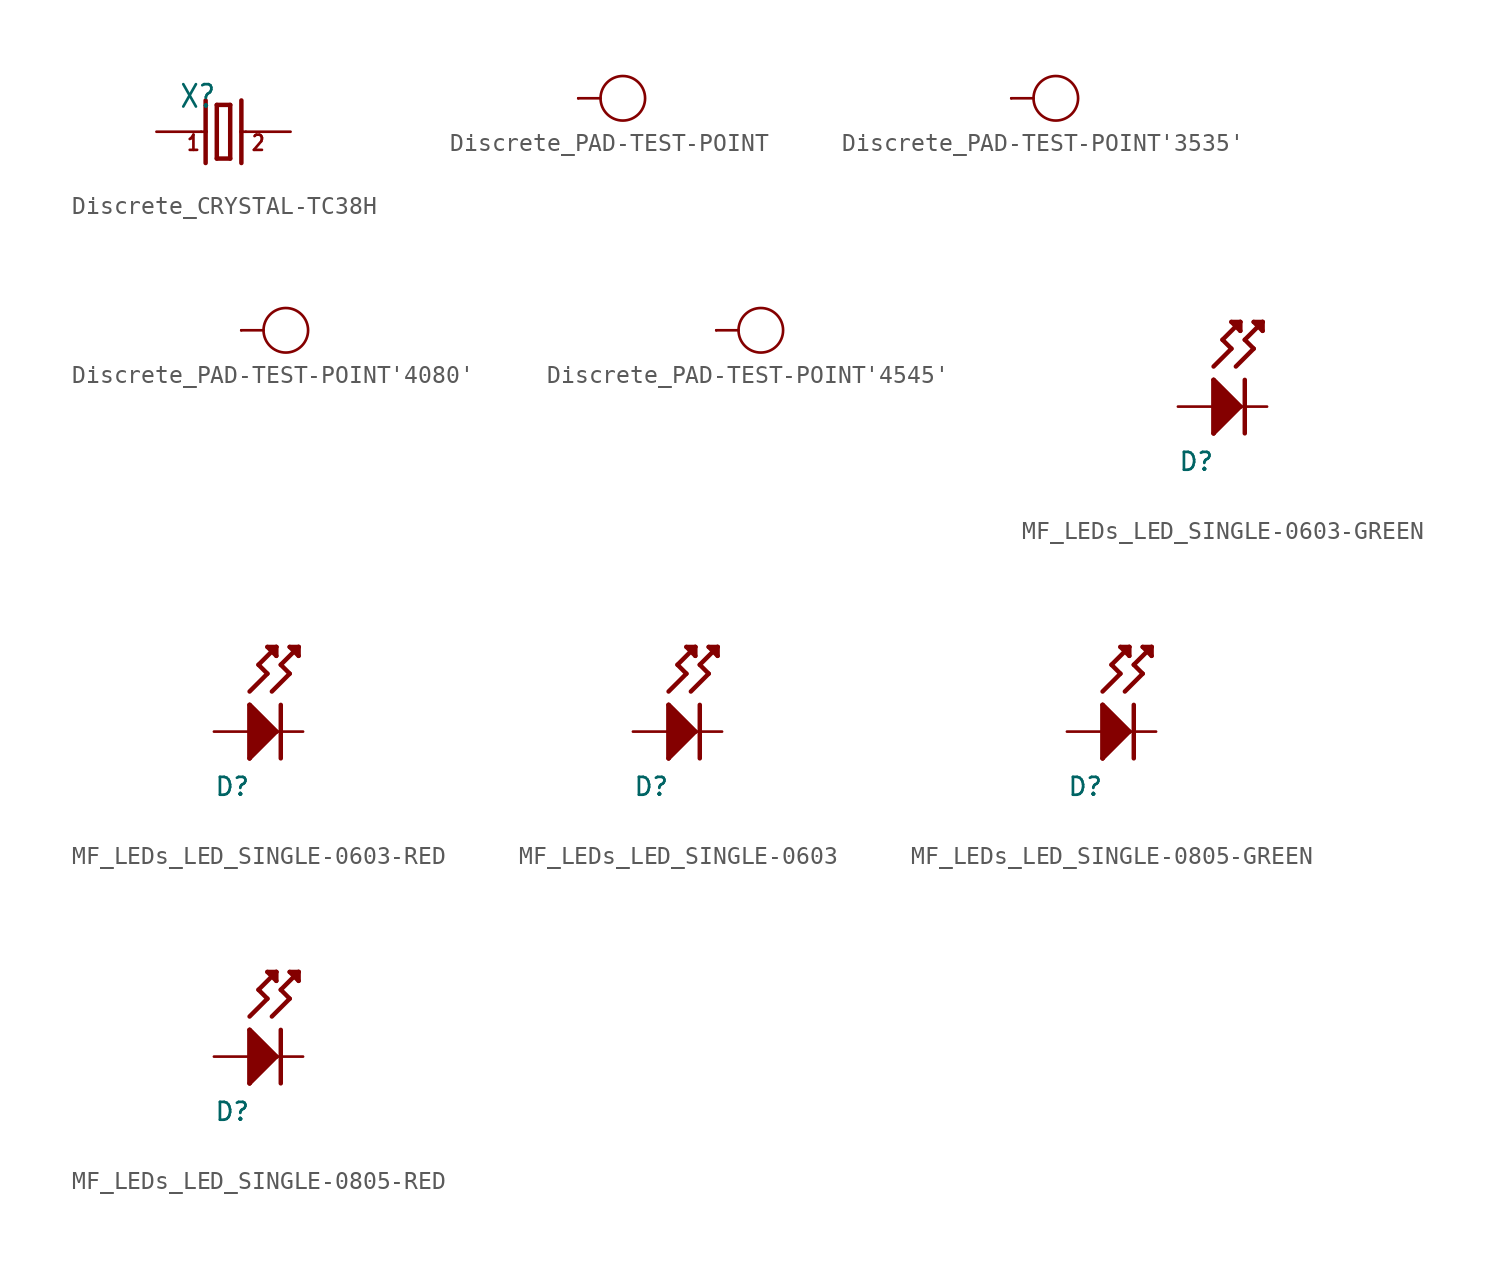
<source format=kicad_sym>
(kicad_symbol_lib
  (version 20220914)
  (generator kicad_symbol_editor)
  (symbol "Discrete_CRYSTAL-TC38H"
    (property "Reference" "X"
      (at -2.54 1.27 0)
      (effects (font (size 1.27 1.079)) (justify left bottom)))
    (property "Value" ""
      (at -2.54 -2.667 0)
      (effects (font (size 1.27 1.079)) (justify left bottom)))
    (property "ki_locked" ""
      (at 0 0 0)
      (effects (font (size 1.27 1.27))))
    (symbol "Discrete_CRYSTAL-TC38H_1_0"
      (polyline (pts (xy -1.27 0) (xy -1.016 0)) (stroke (width 0.152) (type solid)) (fill (type none)))
      (polyline (pts (xy -1.016 0) (xy -1.016 -1.778)) (stroke (width 0.254) (type solid)) (fill (type none)))
      (polyline (pts (xy -1.016 1.778) (xy -1.016 0)) (stroke (width 0.254) (type solid)) (fill (type none)))
      (polyline (pts (xy -0.381 -1.524) (xy 0.381 -1.524)) (stroke (width 0.254) (type solid)) (fill (type none)))
      (polyline (pts (xy -0.381 1.524) (xy -0.381 -1.524)) (stroke (width 0.254) (type solid)) (fill (type none)))
      (polyline (pts (xy 0.381 -1.524) (xy 0.381 1.524)) (stroke (width 0.254) (type solid)) (fill (type none)))
      (polyline (pts (xy 0.381 1.524) (xy -0.381 1.524)) (stroke (width 0.254) (type solid)) (fill (type none)))
      (polyline (pts (xy 1.016 0) (xy 1.016 -1.778)) (stroke (width 0.254) (type solid)) (fill (type none)))
      (polyline (pts (xy 1.016 0) (xy 1.27 0)) (stroke (width 0.152) (type solid)) (fill (type none)))
      (polyline (pts (xy 1.016 1.778) (xy 1.016 0)) (stroke (width 0.254) (type solid)) (fill (type none)))
      (text "1" (at -2.159 -1.143 0) (effects (font (size 0.864 0.734)) (justify left bottom)))
      (text "2" (at 1.524 -1.143 0) (effects (font (size 0.864 0.734)) (justify left bottom)))
      (pin passive line (at -3.81 0 0) (length 2.54) (name "1" (effects (font (size 0 0)))) (number "1" (effects (font (size 0 0)))))
      (pin passive line (at 3.81 0 180) (length 2.54) (name "2" (effects (font (size 0 0)))) (number "2" (effects (font (size 0 0)))))))
  (symbol "Discrete_PAD-TEST-POINT"
    (property "Reference" "TP"
      (at -5.08 0 0)
      (effects (font (size 0.813 0.691)) (justify left bottom) hide))
    (property "ki_locked" ""
      (at 0 0 0)
      (effects (font (size 1.27 1.27))))
    (symbol "Discrete_PAD-TEST-POINT_1_0"
      (polyline (pts (xy -2.54 0) (xy -1.27 0)) (stroke (width 0.152) (type solid)) (fill (type none)))
      (circle (center 0 0) (radius 1.27) (stroke (width 0.152) (type solid)) (fill (type none)))
      (pin bidirectional line (at -2.54 0 0) (length 0) (name "T" (effects (font (size 0 0)))) (number "1" (effects (font (size 0 0)))))))
  (symbol "Discrete_PAD-TEST-POINT'3535'"
    (property "Reference" "TP"
      (at -5.08 0 0)
      (effects (font (size 0.813 0.691)) (justify left bottom) hide))
    (property "ki_locked" ""
      (at 0 0 0)
      (effects (font (size 1.27 1.27))))
    (symbol "Discrete_PAD-TEST-POINT'3535'_1_0"
      (polyline (pts (xy -2.54 0) (xy -1.27 0)) (stroke (width 0.152) (type solid)) (fill (type none)))
      (circle (center 0 0) (radius 1.27) (stroke (width 0.152) (type solid)) (fill (type none)))
      (pin bidirectional line (at -2.54 0 0) (length 0) (name "T" (effects (font (size 0 0)))) (number "T" (effects (font (size 0 0)))))))
  (symbol "Discrete_PAD-TEST-POINT'4080'"
    (property "Reference" "TP"
      (at -5.08 0 0)
      (effects (font (size 0.813 0.691)) (justify left bottom) hide))
    (property "ki_locked" ""
      (at 0 0 0)
      (effects (font (size 1.27 1.27))))
    (symbol "Discrete_PAD-TEST-POINT'4080'_1_0"
      (polyline (pts (xy -2.54 0) (xy -1.27 0)) (stroke (width 0.152) (type solid)) (fill (type none)))
      (circle (center 0 0) (radius 1.27) (stroke (width 0.152) (type solid)) (fill (type none)))
      (pin bidirectional line (at -2.54 0 0) (length 0) (name "T" (effects (font (size 0 0)))) (number "1" (effects (font (size 0 0)))))))
  (symbol "Discrete_PAD-TEST-POINT'4545'"
    (property "Reference" "TP"
      (at -5.08 0 0)
      (effects (font (size 0.813 0.691)) (justify left bottom) hide))
    (property "ki_locked" ""
      (at 0 0 0)
      (effects (font (size 1.27 1.27))))
    (symbol "Discrete_PAD-TEST-POINT'4545'_1_0"
      (polyline (pts (xy -2.54 0) (xy -1.27 0)) (stroke (width 0.152) (type solid)) (fill (type none)))
      (circle (center 0 0) (radius 1.27) (stroke (width 0.152) (type solid)) (fill (type none)))
      (pin bidirectional line (at -2.54 0 0) (length 0) (name "T" (effects (font (size 0 0)))) (number "T" (effects (font (size 0 0)))))))
  (symbol "MF_LEDs_LED_SINGLE-0603-GREEN"
    (property "Reference" "D"
      (at -2.54 -2.54 0)
      (effects (font (size 1.016 1.016)) (justify left top)))
    (property "Value" ""
      (at -2.54 -5.08 0)
      (effects (font (size 1.016 1.016)) (justify left bottom)))
    (property "ki_locked" ""
      (at 0 0 0)
      (effects (font (size 1.27 1.27))))
    (symbol "MF_LEDs_LED_SINGLE-0603-GREEN_1_0"
      (polyline (pts (xy -0.508 -1.524) (xy -0.508 1.524)) (stroke (width 0.254) (type solid)) (fill (type none)))
      (polyline (pts (xy -0.508 1.524) (xy 1.016 0)) (stroke (width 0.254) (type solid)) (fill (type none)))
      (polyline (pts (xy -0.508 2.286) (xy 0.508 3.302)) (stroke (width 0.254) (type solid)) (fill (type none)))
      (polyline (pts (xy 0 3.81) (xy 1.016 4.826)) (stroke (width 0.254) (type solid)) (fill (type none)))
      (polyline (pts (xy 0.508 3.302) (xy 0 3.81)) (stroke (width 0.254) (type solid)) (fill (type none)))
      (polyline (pts (xy 0.508 4.826) (xy 1.016 4.318)) (stroke (width 0.254) (type solid)) (fill (type none)))
      (polyline (pts (xy 0.762 2.286) (xy 1.778 3.302)) (stroke (width 0.254) (type solid)) (fill (type none)))
      (polyline (pts (xy 1.016 0) (xy -0.508 -1.524)) (stroke (width 0.254) (type solid)) (fill (type none)))
      (polyline (pts (xy 1.016 4.318) (xy 1.016 4.826)) (stroke (width 0.254) (type solid)) (fill (type none)))
      (polyline (pts (xy 1.016 4.826) (xy 0.508 4.826)) (stroke (width 0.254) (type solid)) (fill (type none)))
      (polyline (pts (xy 1.27 1.524) (xy 1.27 -1.524)) (stroke (width 0.254) (type solid)) (fill (type none)))
      (polyline (pts (xy 1.27 3.81) (xy 2.286 4.826)) (stroke (width 0.254) (type solid)) (fill (type none)))
      (polyline (pts (xy 1.778 3.302) (xy 1.27 3.81)) (stroke (width 0.254) (type solid)) (fill (type none)))
      (polyline (pts (xy 1.778 4.826) (xy 2.286 4.318)) (stroke (width 0.254) (type solid)) (fill (type none)))
      (polyline (pts (xy 2.286 4.318) (xy 2.286 4.826)) (stroke (width 0.254) (type solid)) (fill (type none)))
      (polyline (pts (xy 2.286 4.826) (xy 1.778 4.826)) (stroke (width 0.254) (type solid)) (fill (type none)))
      (polyline (pts (xy -0.508 -1.524) (xy -0.508 1.524) (xy 1.016 0)) (stroke (width 0.254) (type solid)) (fill (type outline)))
      (pin power_in line (at -2.54 0 0) (length 2.54) (name "ANODE" (effects (font (size 0 0)))) (number "ANODE" (effects (font (size 0 0)))))
      (pin power_in line (at 2.54 0 180) (length 2.54) (name "CATHODE" (effects (font (size 0 0)))) (number "CATHODE" (effects (font (size 0 0)))))))
  (symbol "MF_LEDs_LED_SINGLE-0603-RED"
    (property "Reference" "D"
      (at -2.54 -2.54 0)
      (effects (font (size 1.016 1.016)) (justify left top)))
    (property "Value" ""
      (at -2.54 -5.08 0)
      (effects (font (size 1.016 1.016)) (justify left bottom)))
    (property "ki_locked" ""
      (at 0 0 0)
      (effects (font (size 1.27 1.27))))
    (symbol "MF_LEDs_LED_SINGLE-0603-RED_1_0"
      (polyline (pts (xy -0.508 -1.524) (xy -0.508 1.524)) (stroke (width 0.254) (type solid)) (fill (type none)))
      (polyline (pts (xy -0.508 1.524) (xy 1.016 0)) (stroke (width 0.254) (type solid)) (fill (type none)))
      (polyline (pts (xy -0.508 2.286) (xy 0.508 3.302)) (stroke (width 0.254) (type solid)) (fill (type none)))
      (polyline (pts (xy 0 3.81) (xy 1.016 4.826)) (stroke (width 0.254) (type solid)) (fill (type none)))
      (polyline (pts (xy 0.508 3.302) (xy 0 3.81)) (stroke (width 0.254) (type solid)) (fill (type none)))
      (polyline (pts (xy 0.508 4.826) (xy 1.016 4.318)) (stroke (width 0.254) (type solid)) (fill (type none)))
      (polyline (pts (xy 0.762 2.286) (xy 1.778 3.302)) (stroke (width 0.254) (type solid)) (fill (type none)))
      (polyline (pts (xy 1.016 0) (xy -0.508 -1.524)) (stroke (width 0.254) (type solid)) (fill (type none)))
      (polyline (pts (xy 1.016 4.318) (xy 1.016 4.826)) (stroke (width 0.254) (type solid)) (fill (type none)))
      (polyline (pts (xy 1.016 4.826) (xy 0.508 4.826)) (stroke (width 0.254) (type solid)) (fill (type none)))
      (polyline (pts (xy 1.27 1.524) (xy 1.27 -1.524)) (stroke (width 0.254) (type solid)) (fill (type none)))
      (polyline (pts (xy 1.27 3.81) (xy 2.286 4.826)) (stroke (width 0.254) (type solid)) (fill (type none)))
      (polyline (pts (xy 1.778 3.302) (xy 1.27 3.81)) (stroke (width 0.254) (type solid)) (fill (type none)))
      (polyline (pts (xy 1.778 4.826) (xy 2.286 4.318)) (stroke (width 0.254) (type solid)) (fill (type none)))
      (polyline (pts (xy 2.286 4.318) (xy 2.286 4.826)) (stroke (width 0.254) (type solid)) (fill (type none)))
      (polyline (pts (xy 2.286 4.826) (xy 1.778 4.826)) (stroke (width 0.254) (type solid)) (fill (type none)))
      (polyline (pts (xy -0.508 -1.524) (xy -0.508 1.524) (xy 1.016 0)) (stroke (width 0.254) (type solid)) (fill (type outline)))
      (pin power_in line (at -2.54 0 0) (length 2.54) (name "ANODE" (effects (font (size 0 0)))) (number "ANODE" (effects (font (size 0 0)))))
      (pin power_in line (at 2.54 0 180) (length 2.54) (name "CATHODE" (effects (font (size 0 0)))) (number "CATHODE" (effects (font (size 0 0)))))))
  (symbol "MF_LEDs_LED_SINGLE-0603"
    (property "Reference" "D"
      (at -2.54 -2.54 0)
      (effects (font (size 1.016 1.016)) (justify left top)))
    (property "Value" ""
      (at -2.54 -5.08 0)
      (effects (font (size 1.016 1.016)) (justify left bottom)))
    (property "ki_locked" ""
      (at 0 0 0)
      (effects (font (size 1.27 1.27))))
    (symbol "MF_LEDs_LED_SINGLE-0603_1_0"
      (polyline (pts (xy -0.508 -1.524) (xy -0.508 1.524)) (stroke (width 0.254) (type solid)) (fill (type none)))
      (polyline (pts (xy -0.508 1.524) (xy 1.016 0)) (stroke (width 0.254) (type solid)) (fill (type none)))
      (polyline (pts (xy -0.508 2.286) (xy 0.508 3.302)) (stroke (width 0.254) (type solid)) (fill (type none)))
      (polyline (pts (xy 0 3.81) (xy 1.016 4.826)) (stroke (width 0.254) (type solid)) (fill (type none)))
      (polyline (pts (xy 0.508 3.302) (xy 0 3.81)) (stroke (width 0.254) (type solid)) (fill (type none)))
      (polyline (pts (xy 0.508 4.826) (xy 1.016 4.318)) (stroke (width 0.254) (type solid)) (fill (type none)))
      (polyline (pts (xy 0.762 2.286) (xy 1.778 3.302)) (stroke (width 0.254) (type solid)) (fill (type none)))
      (polyline (pts (xy 1.016 0) (xy -0.508 -1.524)) (stroke (width 0.254) (type solid)) (fill (type none)))
      (polyline (pts (xy 1.016 4.318) (xy 1.016 4.826)) (stroke (width 0.254) (type solid)) (fill (type none)))
      (polyline (pts (xy 1.016 4.826) (xy 0.508 4.826)) (stroke (width 0.254) (type solid)) (fill (type none)))
      (polyline (pts (xy 1.27 1.524) (xy 1.27 -1.524)) (stroke (width 0.254) (type solid)) (fill (type none)))
      (polyline (pts (xy 1.27 3.81) (xy 2.286 4.826)) (stroke (width 0.254) (type solid)) (fill (type none)))
      (polyline (pts (xy 1.778 3.302) (xy 1.27 3.81)) (stroke (width 0.254) (type solid)) (fill (type none)))
      (polyline (pts (xy 1.778 4.826) (xy 2.286 4.318)) (stroke (width 0.254) (type solid)) (fill (type none)))
      (polyline (pts (xy 2.286 4.318) (xy 2.286 4.826)) (stroke (width 0.254) (type solid)) (fill (type none)))
      (polyline (pts (xy 2.286 4.826) (xy 1.778 4.826)) (stroke (width 0.254) (type solid)) (fill (type none)))
      (polyline (pts (xy -0.508 -1.524) (xy -0.508 1.524) (xy 1.016 0)) (stroke (width 0.254) (type solid)) (fill (type outline)))
      (pin power_in line (at -2.54 0 0) (length 2.54) (name "ANODE" (effects (font (size 0 0)))) (number "ANODE" (effects (font (size 0 0)))))
      (pin power_in line (at 2.54 0 180) (length 2.54) (name "CATHODE" (effects (font (size 0 0)))) (number "CATHODE" (effects (font (size 0 0)))))))
  (symbol "MF_LEDs_LED_SINGLE-0805-GREEN"
    (property "Reference" "D"
      (at -2.54 -2.54 0)
      (effects (font (size 1.016 1.016)) (justify left top)))
    (property "Value" ""
      (at -2.54 -5.08 0)
      (effects (font (size 1.016 1.016)) (justify left bottom)))
    (property "ki_locked" ""
      (at 0 0 0)
      (effects (font (size 1.27 1.27))))
    (symbol "MF_LEDs_LED_SINGLE-0805-GREEN_1_0"
      (polyline (pts (xy -0.508 -1.524) (xy -0.508 1.524)) (stroke (width 0.254) (type solid)) (fill (type none)))
      (polyline (pts (xy -0.508 1.524) (xy 1.016 0)) (stroke (width 0.254) (type solid)) (fill (type none)))
      (polyline (pts (xy -0.508 2.286) (xy 0.508 3.302)) (stroke (width 0.254) (type solid)) (fill (type none)))
      (polyline (pts (xy 0 3.81) (xy 1.016 4.826)) (stroke (width 0.254) (type solid)) (fill (type none)))
      (polyline (pts (xy 0.508 3.302) (xy 0 3.81)) (stroke (width 0.254) (type solid)) (fill (type none)))
      (polyline (pts (xy 0.508 4.826) (xy 1.016 4.318)) (stroke (width 0.254) (type solid)) (fill (type none)))
      (polyline (pts (xy 0.762 2.286) (xy 1.778 3.302)) (stroke (width 0.254) (type solid)) (fill (type none)))
      (polyline (pts (xy 1.016 0) (xy -0.508 -1.524)) (stroke (width 0.254) (type solid)) (fill (type none)))
      (polyline (pts (xy 1.016 4.318) (xy 1.016 4.826)) (stroke (width 0.254) (type solid)) (fill (type none)))
      (polyline (pts (xy 1.016 4.826) (xy 0.508 4.826)) (stroke (width 0.254) (type solid)) (fill (type none)))
      (polyline (pts (xy 1.27 1.524) (xy 1.27 -1.524)) (stroke (width 0.254) (type solid)) (fill (type none)))
      (polyline (pts (xy 1.27 3.81) (xy 2.286 4.826)) (stroke (width 0.254) (type solid)) (fill (type none)))
      (polyline (pts (xy 1.778 3.302) (xy 1.27 3.81)) (stroke (width 0.254) (type solid)) (fill (type none)))
      (polyline (pts (xy 1.778 4.826) (xy 2.286 4.318)) (stroke (width 0.254) (type solid)) (fill (type none)))
      (polyline (pts (xy 2.286 4.318) (xy 2.286 4.826)) (stroke (width 0.254) (type solid)) (fill (type none)))
      (polyline (pts (xy 2.286 4.826) (xy 1.778 4.826)) (stroke (width 0.254) (type solid)) (fill (type none)))
      (polyline (pts (xy -0.508 -1.524) (xy -0.508 1.524) (xy 1.016 0)) (stroke (width 0.254) (type solid)) (fill (type outline)))
      (pin power_in line (at -2.54 0 0) (length 2.54) (name "ANODE" (effects (font (size 0 0)))) (number "ANODE" (effects (font (size 0 0)))))
      (pin power_in line (at 2.54 0 180) (length 2.54) (name "CATHODE" (effects (font (size 0 0)))) (number "CATHODE" (effects (font (size 0 0)))))))
  (symbol "MF_LEDs_LED_SINGLE-0805-RED"
    (property "Reference" "D"
      (at -2.54 -2.54 0)
      (effects (font (size 1.016 1.016)) (justify left top)))
    (property "Value" ""
      (at -2.54 -5.08 0)
      (effects (font (size 1.016 1.016)) (justify left bottom)))
    (property "ki_locked" ""
      (at 0 0 0)
      (effects (font (size 1.27 1.27))))
    (symbol "MF_LEDs_LED_SINGLE-0805-RED_1_0"
      (polyline (pts (xy -0.508 -1.524) (xy -0.508 1.524)) (stroke (width 0.254) (type solid)) (fill (type none)))
      (polyline (pts (xy -0.508 1.524) (xy 1.016 0)) (stroke (width 0.254) (type solid)) (fill (type none)))
      (polyline (pts (xy -0.508 2.286) (xy 0.508 3.302)) (stroke (width 0.254) (type solid)) (fill (type none)))
      (polyline (pts (xy 0 3.81) (xy 1.016 4.826)) (stroke (width 0.254) (type solid)) (fill (type none)))
      (polyline (pts (xy 0.508 3.302) (xy 0 3.81)) (stroke (width 0.254) (type solid)) (fill (type none)))
      (polyline (pts (xy 0.508 4.826) (xy 1.016 4.318)) (stroke (width 0.254) (type solid)) (fill (type none)))
      (polyline (pts (xy 0.762 2.286) (xy 1.778 3.302)) (stroke (width 0.254) (type solid)) (fill (type none)))
      (polyline (pts (xy 1.016 0) (xy -0.508 -1.524)) (stroke (width 0.254) (type solid)) (fill (type none)))
      (polyline (pts (xy 1.016 4.318) (xy 1.016 4.826)) (stroke (width 0.254) (type solid)) (fill (type none)))
      (polyline (pts (xy 1.016 4.826) (xy 0.508 4.826)) (stroke (width 0.254) (type solid)) (fill (type none)))
      (polyline (pts (xy 1.27 1.524) (xy 1.27 -1.524)) (stroke (width 0.254) (type solid)) (fill (type none)))
      (polyline (pts (xy 1.27 3.81) (xy 2.286 4.826)) (stroke (width 0.254) (type solid)) (fill (type none)))
      (polyline (pts (xy 1.778 3.302) (xy 1.27 3.81)) (stroke (width 0.254) (type solid)) (fill (type none)))
      (polyline (pts (xy 1.778 4.826) (xy 2.286 4.318)) (stroke (width 0.254) (type solid)) (fill (type none)))
      (polyline (pts (xy 2.286 4.318) (xy 2.286 4.826)) (stroke (width 0.254) (type solid)) (fill (type none)))
      (polyline (pts (xy 2.286 4.826) (xy 1.778 4.826)) (stroke (width 0.254) (type solid)) (fill (type none)))
      (polyline (pts (xy -0.508 -1.524) (xy -0.508 1.524) (xy 1.016 0)) (stroke (width 0.254) (type solid)) (fill (type outline)))
      (pin power_in line (at -2.54 0 0) (length 2.54) (name "ANODE" (effects (font (size 0 0)))) (number "ANODE" (effects (font (size 0 0)))))
      (pin power_in line (at 2.54 0 180) (length 2.54) (name "CATHODE" (effects (font (size 0 0)))) (number "CATHODE" (effects (font (size 0 0))))))))
</source>
